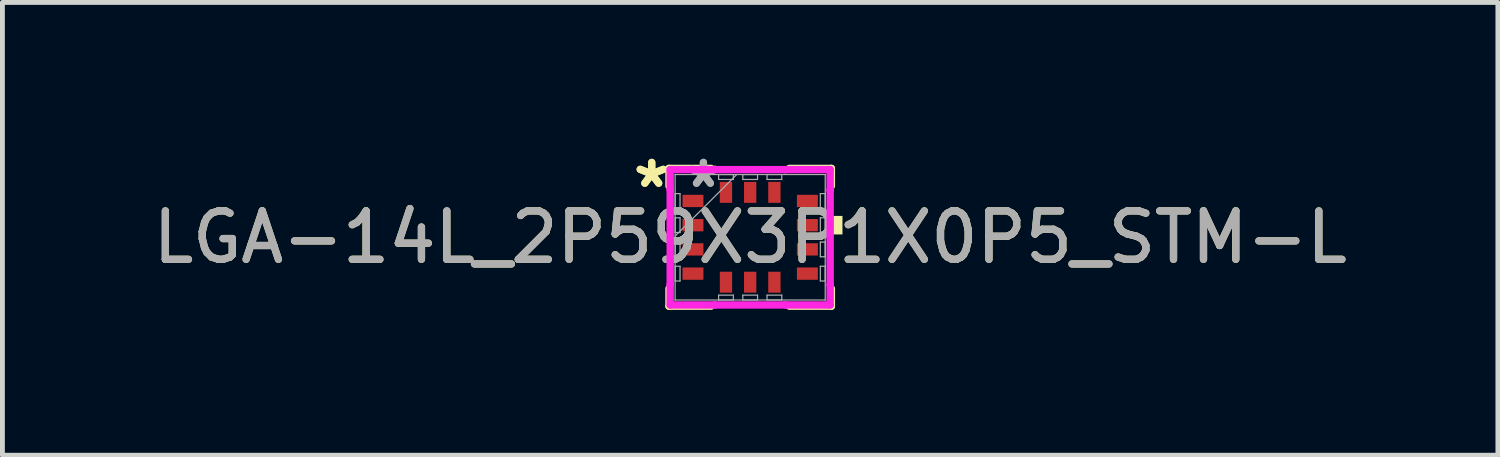
<source format=kicad_pcb>
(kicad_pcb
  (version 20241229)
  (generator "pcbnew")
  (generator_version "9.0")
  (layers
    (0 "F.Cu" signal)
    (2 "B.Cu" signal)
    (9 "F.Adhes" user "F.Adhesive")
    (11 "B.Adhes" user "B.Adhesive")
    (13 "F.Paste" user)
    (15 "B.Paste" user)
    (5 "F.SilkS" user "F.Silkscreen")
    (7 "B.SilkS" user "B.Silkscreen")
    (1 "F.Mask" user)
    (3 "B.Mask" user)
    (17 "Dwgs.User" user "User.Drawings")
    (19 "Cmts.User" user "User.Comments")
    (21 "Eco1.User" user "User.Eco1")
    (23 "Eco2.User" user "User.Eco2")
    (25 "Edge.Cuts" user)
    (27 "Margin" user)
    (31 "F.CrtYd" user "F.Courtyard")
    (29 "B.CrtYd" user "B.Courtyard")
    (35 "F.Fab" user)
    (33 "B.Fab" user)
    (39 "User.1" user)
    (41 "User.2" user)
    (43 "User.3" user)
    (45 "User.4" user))
  (footprint "LGA-14L_2P59X3P1X0P5_STM-L"
    (layer "F.Cu")
    (at 12.435 1.848)
    (property "Reference" "LGA-14L_2P59X3P1X0P5_STM-L" (at 0 0 0) (unlocked yes) (layer "F.SilkS") (effects (font (size 1 1) (thickness 0.15))))
    (attr smd)
    (fp_line (start -1.676 -1.422) (end -1.676 -1.058) (stroke (width 0.152) (type solid)) (layer "F.SilkS"))
    (fp_line (start -1.676 1.058) (end -1.676 1.422) (stroke (width 0.152) (type solid)) (layer "F.SilkS"))
    (fp_line (start -1.676 1.422) (end -0.808 1.422) (stroke (width 0.152) (type solid)) (layer "F.SilkS"))
    (fp_line (start -0.808 -1.422) (end -1.676 -1.422) (stroke (width 0.152) (type solid)) (layer "F.SilkS"))
    (fp_line (start 0.808 1.422) (end 1.676 1.422) (stroke (width 0.152) (type solid)) (layer "F.SilkS"))
    (fp_line (start 1.676 -1.422) (end 0.808 -1.422) (stroke (width 0.152) (type solid)) (layer "F.SilkS"))
    (fp_line (start 1.676 -1.058) (end 1.676 -1.422) (stroke (width 0.152) (type solid)) (layer "F.SilkS"))
    (fp_line (start 1.676 1.422) (end 1.676 1.058) (stroke (width 0.152) (type solid)) (layer "F.SilkS"))
    (fp_poly (pts (xy 1.905 -0.441) (xy 1.905 -0.059) (xy 1.651 -0.059) (xy 1.651 -0.441)) (stroke (width 0) (type solid)) (fill yes) (layer "F.SilkS"))
    (fp_line (start -1.651 -1.397) (end -0.729 -1.397) (stroke (width 0.152) (type solid)) (layer "F.CrtYd"))
    (fp_line (start -1.651 -0.979) (end -1.651 -1.397) (stroke (width 0.152) (type solid)) (layer "F.CrtYd"))
    (fp_line (start -1.651 -0.979) (end -1.651 -0.979) (stroke (width 0.152) (type solid)) (layer "F.CrtYd"))
    (fp_line (start -1.651 0.979) (end -1.651 -0.979) (stroke (width 0.152) (type solid)) (layer "F.CrtYd"))
    (fp_line (start -1.651 0.979) (end -1.651 0.979) (stroke (width 0.152) (type solid)) (layer "F.CrtYd"))
    (fp_line (start -1.651 1.397) (end -1.651 0.979) (stroke (width 0.152) (type solid)) (layer "F.CrtYd"))
    (fp_line (start -0.729 -1.397) (end -0.729 -1.397) (stroke (width 0.152) (type solid)) (layer "F.CrtYd"))
    (fp_line (start -0.729 -1.397) (end 0.729 -1.397) (stroke (width 0.152) (type solid)) (layer "F.CrtYd"))
    (fp_line (start -0.729 1.397) (end -1.651 1.397) (stroke (width 0.152) (type solid)) (layer "F.CrtYd"))
    (fp_line (start -0.729 1.397) (end -0.729 1.397) (stroke (width 0.152) (type solid)) (layer "F.CrtYd"))
    (fp_line (start 0.729 -1.397) (end 0.729 -1.397) (stroke (width 0.152) (type solid)) (layer "F.CrtYd"))
    (fp_line (start 0.729 -1.397) (end 1.651 -1.397) (stroke (width 0.152) (type solid)) (layer "F.CrtYd"))
    (fp_line (start 0.729 1.397) (end -0.729 1.397) (stroke (width 0.152) (type solid)) (layer "F.CrtYd"))
    (fp_line (start 0.729 1.397) (end 0.729 1.397) (stroke (width 0.152) (type solid)) (layer "F.CrtYd"))
    (fp_line (start 1.651 -1.397) (end 1.651 -0.979) (stroke (width 0.152) (type solid)) (layer "F.CrtYd"))
    (fp_line (start 1.651 -0.979) (end 1.651 -0.979) (stroke (width 0.152) (type solid)) (layer "F.CrtYd"))
    (fp_line (start 1.651 -0.979) (end 1.651 0.979) (stroke (width 0.152) (type solid)) (layer "F.CrtYd"))
    (fp_line (start 1.651 0.979) (end 1.651 0.979) (stroke (width 0.152) (type solid)) (layer "F.CrtYd"))
    (fp_line (start 1.651 0.979) (end 1.651 1.397) (stroke (width 0.152) (type solid)) (layer "F.CrtYd"))
    (fp_line (start 1.651 1.397) (end 0.729 1.397) (stroke (width 0.152) (type solid)) (layer "F.CrtYd"))
    (fp_line (start -1.549 -1.295) (end -1.549 -1.295) (stroke (width 0.025) (type solid)) (layer "F.Fab"))
    (fp_line (start -1.549 -1.295) (end -1.549 1.295) (stroke (width 0.025) (type solid)) (layer "F.Fab"))
    (fp_line (start -1.549 -0.902) (end -1.448 -0.902) (stroke (width 0.025) (type solid)) (layer "F.Fab"))
    (fp_line (start -1.549 -0.598) (end -1.549 -0.902) (stroke (width 0.025) (type solid)) (layer "F.Fab"))
    (fp_line (start -1.549 -0.402) (end -1.448 -0.402) (stroke (width 0.025) (type solid)) (layer "F.Fab"))
    (fp_line (start -1.549 -0.098) (end -1.549 -0.402) (stroke (width 0.025) (type solid)) (layer "F.Fab"))
    (fp_line (start -1.549 -0.025) (end -0.279 -1.295) (stroke (width 0.025) (type solid)) (layer "F.Fab"))
    (fp_line (start -1.549 0.098) (end -1.448 0.098) (stroke (width 0.025) (type solid)) (layer "F.Fab"))
    (fp_line (start -1.549 0.402) (end -1.549 0.098) (stroke (width 0.025) (type solid)) (layer "F.Fab"))
    (fp_line (start -1.549 0.598) (end -1.448 0.598) (stroke (width 0.025) (type solid)) (layer "F.Fab"))
    (fp_line (start -1.549 0.902) (end -1.549 0.598) (stroke (width 0.025) (type solid)) (layer "F.Fab"))
    (fp_line (start -1.549 1.295) (end -1.549 1.295) (stroke (width 0.025) (type solid)) (layer "F.Fab"))
    (fp_line (start -1.549 1.295) (end 1.549 1.295) (stroke (width 0.025) (type solid)) (layer "F.Fab"))
    (fp_line (start -1.448 -0.902) (end -1.448 -0.598) (stroke (width 0.025) (type solid)) (layer "F.Fab"))
    (fp_line (start -1.448 -0.598) (end -1.549 -0.598) (stroke (width 0.025) (type solid)) (layer "F.Fab"))
    (fp_line (start -1.448 -0.402) (end -1.448 -0.098) (stroke (width 0.025) (type solid)) (layer "F.Fab"))
    (fp_line (start -1.448 -0.098) (end -1.549 -0.098) (stroke (width 0.025) (type solid)) (layer "F.Fab"))
    (fp_line (start -1.448 0.098) (end -1.448 0.402) (stroke (width 0.025) (type solid)) (layer "F.Fab"))
    (fp_line (start -1.448 0.402) (end -1.549 0.402) (stroke (width 0.025) (type solid)) (layer "F.Fab"))
    (fp_line (start -1.448 0.598) (end -1.448 0.902) (stroke (width 0.025) (type solid)) (layer "F.Fab"))
    (fp_line (start -1.448 0.902) (end -1.549 0.902) (stroke (width 0.025) (type solid)) (layer "F.Fab"))
    (fp_line (start -0.652 -1.295) (end -0.348 -1.295) (stroke (width 0.025) (type solid)) (layer "F.Fab"))
    (fp_line (start -0.652 -1.194) (end -0.652 -1.295) (stroke (width 0.025) (type solid)) (layer "F.Fab"))
    (fp_line (start -0.652 1.194) (end -0.348 1.194) (stroke (width 0.025) (type solid)) (layer "F.Fab"))
    (fp_line (start -0.652 1.295) (end -0.652 1.194) (stroke (width 0.025) (type solid)) (layer "F.Fab"))
    (fp_line (start -0.348 -1.295) (end -0.348 -1.194) (stroke (width 0.025) (type solid)) (layer "F.Fab"))
    (fp_line (start -0.348 -1.194) (end -0.652 -1.194) (stroke (width 0.025) (type solid)) (layer "F.Fab"))
    (fp_line (start -0.348 1.194) (end -0.348 1.295) (stroke (width 0.025) (type solid)) (layer "F.Fab"))
    (fp_line (start -0.348 1.295) (end -0.652 1.295) (stroke (width 0.025) (type solid)) (layer "F.Fab"))
    (fp_line (start -0.152 -1.295) (end 0.152 -1.295) (stroke (width 0.025) (type solid)) (layer "F.Fab"))
    (fp_line (start -0.152 -1.194) (end -0.152 -1.295) (stroke (width 0.025) (type solid)) (layer "F.Fab"))
    (fp_line (start -0.152 1.194) (end 0.152 1.194) (stroke (width 0.025) (type solid)) (layer "F.Fab"))
    (fp_line (start -0.152 1.295) (end -0.152 1.194) (stroke (width 0.025) (type solid)) (layer "F.Fab"))
    (fp_line (start 0.152 -1.295) (end 0.152 -1.194) (stroke (width 0.025) (type solid)) (layer "F.Fab"))
    (fp_line (start 0.152 -1.194) (end -0.152 -1.194) (stroke (width 0.025) (type solid)) (layer "F.Fab"))
    (fp_line (start 0.152 1.194) (end 0.152 1.295) (stroke (width 0.025) (type solid)) (layer "F.Fab"))
    (fp_line (start 0.152 1.295) (end -0.152 1.295) (stroke (width 0.025) (type solid)) (layer "F.Fab"))
    (fp_line (start 0.348 -1.295) (end 0.652 -1.295) (stroke (width 0.025) (type solid)) (layer "F.Fab"))
    (fp_line (start 0.348 -1.194) (end 0.348 -1.295) (stroke (width 0.025) (type solid)) (layer "F.Fab"))
    (fp_line (start 0.348 1.194) (end 0.652 1.194) (stroke (width 0.025) (type solid)) (layer "F.Fab"))
    (fp_line (start 0.348 1.295) (end 0.348 1.194) (stroke (width 0.025) (type solid)) (layer "F.Fab"))
    (fp_line (start 0.652 -1.295) (end 0.652 -1.194) (stroke (width 0.025) (type solid)) (layer "F.Fab"))
    (fp_line (start 0.652 -1.194) (end 0.348 -1.194) (stroke (width 0.025) (type solid)) (layer "F.Fab"))
    (fp_line (start 0.652 1.194) (end 0.652 1.295) (stroke (width 0.025) (type solid)) (layer "F.Fab"))
    (fp_line (start 0.652 1.295) (end 0.348 1.295) (stroke (width 0.025) (type solid)) (layer "F.Fab"))
    (fp_line (start 1.448 -0.902) (end 1.549 -0.902) (stroke (width 0.025) (type solid)) (layer "F.Fab"))
    (fp_line (start 1.448 -0.598) (end 1.448 -0.902) (stroke (width 0.025) (type solid)) (layer "F.Fab"))
    (fp_line (start 1.448 -0.402) (end 1.549 -0.402) (stroke (width 0.025) (type solid)) (layer "F.Fab"))
    (fp_line (start 1.448 -0.098) (end 1.448 -0.402) (stroke (width 0.025) (type solid)) (layer "F.Fab"))
    (fp_line (start 1.448 0.098) (end 1.549 0.098) (stroke (width 0.025) (type solid)) (layer "F.Fab"))
    (fp_line (start 1.448 0.402) (end 1.448 0.098) (stroke (width 0.025) (type solid)) (layer "F.Fab"))
    (fp_line (start 1.448 0.598) (end 1.549 0.598) (stroke (width 0.025) (type solid)) (layer "F.Fab"))
    (fp_line (start 1.448 0.902) (end 1.448 0.598) (stroke (width 0.025) (type solid)) (layer "F.Fab"))
    (fp_line (start 1.549 -1.295) (end -1.549 -1.295) (stroke (width 0.025) (type solid)) (layer "F.Fab"))
    (fp_line (start 1.549 -1.295) (end 1.549 -1.295) (stroke (width 0.025) (type solid)) (layer "F.Fab"))
    (fp_line (start 1.549 -0.902) (end 1.549 -0.598) (stroke (width 0.025) (type solid)) (layer "F.Fab"))
    (fp_line (start 1.549 -0.598) (end 1.448 -0.598) (stroke (width 0.025) (type solid)) (layer "F.Fab"))
    (fp_line (start 1.549 -0.402) (end 1.549 -0.098) (stroke (width 0.025) (type solid)) (layer "F.Fab"))
    (fp_line (start 1.549 -0.098) (end 1.448 -0.098) (stroke (width 0.025) (type solid)) (layer "F.Fab"))
    (fp_line (start 1.549 0.098) (end 1.549 0.402) (stroke (width 0.025) (type solid)) (layer "F.Fab"))
    (fp_line (start 1.549 0.402) (end 1.448 0.402) (stroke (width 0.025) (type solid)) (layer "F.Fab"))
    (fp_line (start 1.549 0.598) (end 1.549 0.902) (stroke (width 0.025) (type solid)) (layer "F.Fab"))
    (fp_line (start 1.549 0.902) (end 1.448 0.902) (stroke (width 0.025) (type solid)) (layer "F.Fab"))
    (fp_line (start 1.549 1.295) (end 1.549 -1.295) (stroke (width 0.025) (type solid)) (layer "F.Fab"))
    (fp_line (start 1.549 1.295) (end 1.549 1.295) (stroke (width 0.025) (type solid)) (layer "F.Fab"))
    (fp_text user "*" (at -2.032 -1 0) (unlocked yes) (layer "F.SilkS") (effects (font (size 1 1) (thickness 0.15))))
    (fp_text user "*" (at -2.032 -1 0) (layer "F.SilkS") (effects (font (size 1 1) (thickness 0.15))))
    (fp_text user "*" (at -0.965 -1 0) (layer "F.Fab") (effects (font (size 1 1) (thickness 0.15))))
    (fp_text user "${REFERENCE}" (at 0 0 0) (unlocked yes) (layer "F.Fab") (effects (font (size 1 1) (thickness 0.15))))
    (fp_text user "*" (at -0.965 -1 0) (unlocked yes) (layer "F.Fab") (effects (font (size 1 1) (thickness 0.15))))
    (pad "1" smd rect (at -1.181 -0.75 90) (size 0.254 0.432) (layers "F.Cu" "F.Mask" "F.Paste"))
    (pad "2" smd rect (at -1.181 -0.25 90) (size 0.254 0.432) (layers "F.Cu" "F.Mask" "F.Paste"))
    (pad "3" smd rect (at -1.181 0.25 90) (size 0.254 0.432) (layers "F.Cu" "F.Mask" "F.Paste"))
    (pad "4" smd rect (at -1.181 0.75 90) (size 0.254 0.432) (layers "F.Cu" "F.Mask" "F.Paste"))
    (pad "5" smd rect (at -0.5 0.927) (size 0.254 0.432) (layers "F.Cu" "F.Mask" "F.Paste"))
    (pad "6" smd rect (at 0 0.927) (size 0.254 0.432) (layers "F.Cu" "F.Mask" "F.Paste"))
    (pad "7" smd rect (at 0.5 0.927) (size 0.254 0.432) (layers "F.Cu" "F.Mask" "F.Paste"))
    (pad "8" smd rect (at 1.181 0.75 90) (size 0.254 0.432) (layers "F.Cu" "F.Mask" "F.Paste"))
    (pad "9" smd rect (at 1.181 0.25 90) (size 0.254 0.432) (layers "F.Cu" "F.Mask" "F.Paste"))
    (pad "10" smd rect (at 1.181 -0.25 90) (size 0.254 0.432) (layers "F.Cu" "F.Mask" "F.Paste"))
    (pad "11" smd rect (at 1.181 -0.75 90) (size 0.254 0.432) (layers "F.Cu" "F.Mask" "F.Paste"))
    (pad "12" smd rect (at 0.5 -0.927) (size 0.254 0.432) (layers "F.Cu" "F.Mask" "F.Paste"))
    (pad "13" smd rect (at 0 -0.927) (size 0.254 0.432) (layers "F.Cu" "F.Mask" "F.Paste"))
    (pad "14" smd rect (at -0.5 -0.927) (size 0.254 0.432) (layers "F.Cu" "F.Mask" "F.Paste")))
  (gr_rect
    (start -3 -3)
    (end 27.869 6.347)
    (stroke (width 0.1) (type default))
    (fill no)
    (layer "Edge.Cuts")))
</source>
